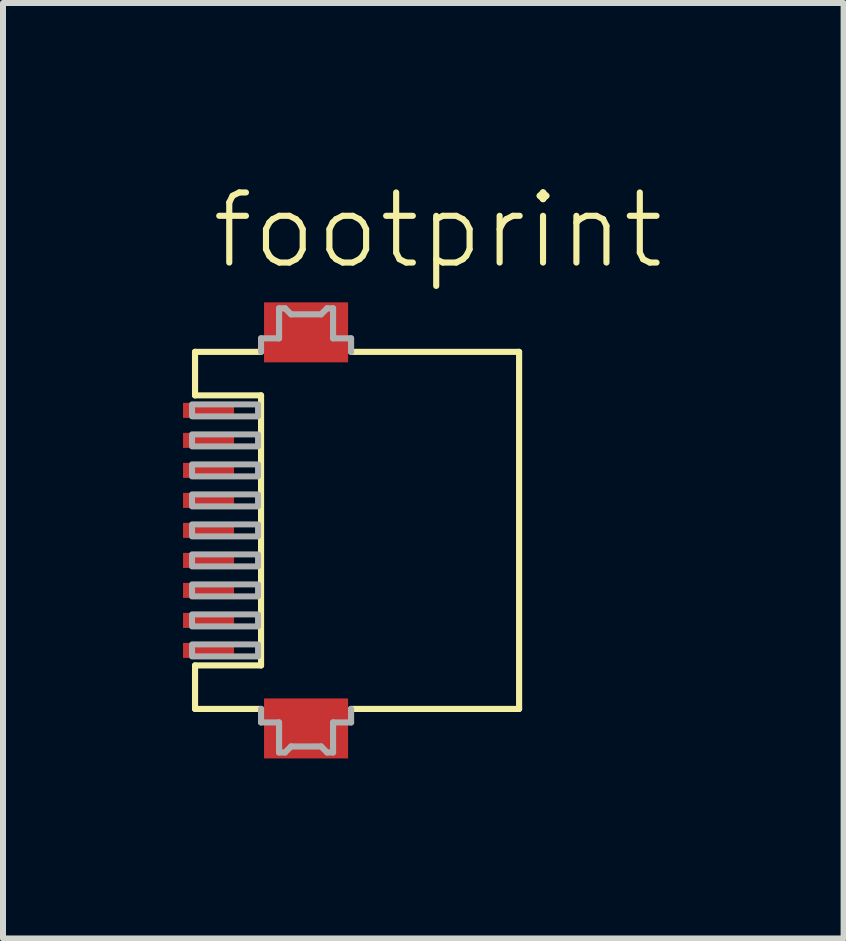
<source format=kicad_pcb>
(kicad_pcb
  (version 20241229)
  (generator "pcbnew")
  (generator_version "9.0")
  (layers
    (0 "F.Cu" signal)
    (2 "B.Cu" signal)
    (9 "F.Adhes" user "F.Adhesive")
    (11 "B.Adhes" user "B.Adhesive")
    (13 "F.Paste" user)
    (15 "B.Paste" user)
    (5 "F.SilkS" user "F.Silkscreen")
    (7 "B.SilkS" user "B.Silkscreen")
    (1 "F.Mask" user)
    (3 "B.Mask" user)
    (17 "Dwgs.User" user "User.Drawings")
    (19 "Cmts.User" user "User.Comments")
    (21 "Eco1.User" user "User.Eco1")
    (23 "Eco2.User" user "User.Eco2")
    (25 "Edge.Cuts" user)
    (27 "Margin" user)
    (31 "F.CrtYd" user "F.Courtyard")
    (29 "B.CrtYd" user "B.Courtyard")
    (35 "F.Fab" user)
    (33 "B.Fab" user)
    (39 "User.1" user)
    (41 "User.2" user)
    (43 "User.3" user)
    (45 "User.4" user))
  (footprint "footprint"
    (layer "F.Cu")
    (at 2.965 5.788)
    (property "Reference" "footprint" (at -2.54 -4.315 0) (layer "F.SilkS") (effects (font (size 1.168 1.168) (thickness 0.102)) (justify left bottom)))
    (fp_line (start -2.765 -2.975) (end -2.765 -2.25) (stroke (width 0.102) (type solid)) (layer "F.SilkS"))
    (fp_line (start -2.765 -2.975) (end -1.665 -2.975) (stroke (width 0.102) (type solid)) (layer "F.SilkS"))
    (fp_line (start -2.765 -2.25) (end -1.665 -2.25) (stroke (width 0.102) (type solid)) (layer "F.SilkS"))
    (fp_line (start -2.765 2.25) (end -2.765 2.975) (stroke (width 0.102) (type solid)) (layer "F.SilkS"))
    (fp_line (start -2.765 2.975) (end -1.665 2.975) (stroke (width 0.102) (type solid)) (layer "F.SilkS"))
    (fp_line (start -1.665 -2.25) (end -1.665 2.25) (stroke (width 0.102) (type solid)) (layer "F.SilkS"))
    (fp_line (start -1.665 2.25) (end -2.765 2.25) (stroke (width 0.102) (type solid)) (layer "F.SilkS"))
    (fp_line (start -0.165 2.975) (end 2.635 2.975) (stroke (width 0.102) (type solid)) (layer "F.SilkS"))
    (fp_line (start 2.635 -2.975) (end -0.165 -2.975) (stroke (width 0.102) (type solid)) (layer "F.SilkS"))
    (fp_line (start 2.635 2.975) (end 2.635 -2.975) (stroke (width 0.102) (type solid)) (layer "F.SilkS"))
    (fp_line (start -1.665 -3.2) (end -1.665 -2.975) (stroke (width 0.102) (type solid)) (layer "F.Fab"))
    (fp_line (start -1.665 2.975) (end -1.665 3.2) (stroke (width 0.102) (type solid)) (layer "F.Fab"))
    (fp_line (start -1.665 3.2) (end -1.365 3.2) (stroke (width 0.102) (type solid)) (layer "F.Fab"))
    (fp_line (start -1.365 -3.7) (end -1.365 -3.2) (stroke (width 0.102) (type solid)) (layer "F.Fab"))
    (fp_line (start -1.365 -3.2) (end -1.665 -3.2) (stroke (width 0.102) (type solid)) (layer "F.Fab"))
    (fp_line (start -1.365 3.2) (end -1.365 3.7) (stroke (width 0.102) (type solid)) (layer "F.Fab"))
    (fp_line (start -1.365 3.7) (end -1.265 3.7) (stroke (width 0.102) (type solid)) (layer "F.Fab"))
    (fp_line (start -1.265 -3.7) (end -1.365 -3.7) (stroke (width 0.102) (type solid)) (layer "F.Fab"))
    (fp_line (start -1.265 3.7) (end -1.165 3.6) (stroke (width 0.102) (type solid)) (layer "F.Fab"))
    (fp_line (start -1.165 -3.6) (end -1.265 -3.7) (stroke (width 0.102) (type solid)) (layer "F.Fab"))
    (fp_line (start -1.165 3.6) (end -0.665 3.6) (stroke (width 0.102) (type solid)) (layer "F.Fab"))
    (fp_line (start -0.665 -3.6) (end -1.165 -3.6) (stroke (width 0.102) (type solid)) (layer "F.Fab"))
    (fp_line (start -0.665 3.6) (end -0.565 3.7) (stroke (width 0.102) (type solid)) (layer "F.Fab"))
    (fp_line (start -0.565 -3.7) (end -0.665 -3.6) (stroke (width 0.102) (type solid)) (layer "F.Fab"))
    (fp_line (start -0.565 3.7) (end -0.465 3.7) (stroke (width 0.102) (type solid)) (layer "F.Fab"))
    (fp_line (start -0.465 -3.7) (end -0.565 -3.7) (stroke (width 0.102) (type solid)) (layer "F.Fab"))
    (fp_line (start -0.465 -3.2) (end -0.465 -3.7) (stroke (width 0.102) (type solid)) (layer "F.Fab"))
    (fp_line (start -0.465 3.2) (end -0.165 3.2) (stroke (width 0.102) (type solid)) (layer "F.Fab"))
    (fp_line (start -0.465 3.7) (end -0.465 3.2) (stroke (width 0.102) (type solid)) (layer "F.Fab"))
    (fp_line (start -0.165 -3.2) (end -0.465 -3.2) (stroke (width 0.102) (type solid)) (layer "F.Fab"))
    (fp_line (start -0.165 -2.975) (end -0.165 -3.2) (stroke (width 0.102) (type solid)) (layer "F.Fab"))
    (fp_line (start -0.165 3.2) (end -0.165 2.975) (stroke (width 0.102) (type solid)) (layer "F.Fab"))
    (fp_poly (pts (xy -2.815 -1.9) (xy -1.715 -1.9) (xy -1.715 -2.1) (xy -2.815 -2.1)) (stroke (width 0.1) (type solid)) (fill no) (layer "F.Fab"))
    (fp_poly (pts (xy -2.815 -1.4) (xy -1.715 -1.4) (xy -1.715 -1.6) (xy -2.815 -1.6)) (stroke (width 0.1) (type solid)) (fill no) (layer "F.Fab"))
    (fp_poly (pts (xy -2.815 -0.9) (xy -1.715 -0.9) (xy -1.715 -1.1) (xy -2.815 -1.1)) (stroke (width 0.1) (type solid)) (fill no) (layer "F.Fab"))
    (fp_poly (pts (xy -2.815 -0.4) (xy -1.715 -0.4) (xy -1.715 -0.6) (xy -2.815 -0.6)) (stroke (width 0.1) (type solid)) (fill no) (layer "F.Fab"))
    (fp_poly (pts (xy -2.815 0.1) (xy -1.715 0.1) (xy -1.715 -0.1) (xy -2.815 -0.1)) (stroke (width 0.1) (type solid)) (fill no) (layer "F.Fab"))
    (fp_poly (pts (xy -2.815 0.6) (xy -1.715 0.6) (xy -1.715 0.4) (xy -2.815 0.4)) (stroke (width 0.1) (type solid)) (fill no) (layer "F.Fab"))
    (fp_poly (pts (xy -2.815 1.1) (xy -1.715 1.1) (xy -1.715 0.9) (xy -2.815 0.9)) (stroke (width 0.1) (type solid)) (fill no) (layer "F.Fab"))
    (fp_poly (pts (xy -2.815 1.6) (xy -1.715 1.6) (xy -1.715 1.4) (xy -2.815 1.4)) (stroke (width 0.1) (type solid)) (fill no) (layer "F.Fab"))
    (fp_poly (pts (xy -2.815 2.1) (xy -1.715 2.1) (xy -1.715 1.9) (xy -2.815 1.9)) (stroke (width 0.1) (type solid)) (fill no) (layer "F.Fab"))
    (pad "1" smd rect (at -2.54 -2) (size 0.85 0.25) (layers "F.Cu" "F.Paste"))
    (pad "2" smd rect (at -2.54 -1.5) (size 0.85 0.25) (layers "F.Cu" "F.Paste"))
    (pad "3" smd rect (at -2.54 -1) (size 0.85 0.25) (layers "F.Cu" "F.Paste"))
    (pad "4" smd rect (at -2.54 -0.5) (size 0.85 0.25) (layers "F.Cu" "F.Paste"))
    (pad "5" smd rect (at -2.54 0) (size 0.85 0.25) (layers "F.Cu" "F.Paste"))
    (pad "6" smd rect (at -2.54 0.5) (size 0.85 0.25) (layers "F.Cu" "F.Paste"))
    (pad "7" smd rect (at -2.54 1) (size 0.85 0.25) (layers "F.Cu" "F.Paste"))
    (pad "8" smd rect (at -2.54 1.5) (size 0.85 0.25) (layers "F.Cu" "F.Paste"))
    (pad "9" smd rect (at -2.54 2) (size 0.85 0.25) (layers "F.Cu" "F.Paste"))
    (pad "M1" smd rect (at -0.915 -3.3 180) (size 1.4 1) (layers "F.Cu" "F.Mask" "F.Paste"))
    (pad "M2" smd rect (at -0.915 3.3 180) (size 1.4 1) (layers "F.Cu" "F.Mask" "F.Paste"))
    (zone (net_name "") (layers "F.Cu" "B.Cu") (hatch edge 0.508) (connect_pads) (min_thickness 0.254) (filled_areas_thickness no) (keepout (tracks allowed) (vias not_allowed) (pads allowed) (copperpour allowed) (footprints allowed)) (placement (enabled no)) (fill) (polygon (pts (xy 3.55 3.663) (xy 0.875 3.663) (xy 0.875 7.913) (xy 3.55 7.913)))))
  (gr_rect
    (start -3 -3)
    (end 11.007 12.588)
    (stroke (width 0.1) (type default))
    (fill no)
    (layer "Edge.Cuts")))
</source>
